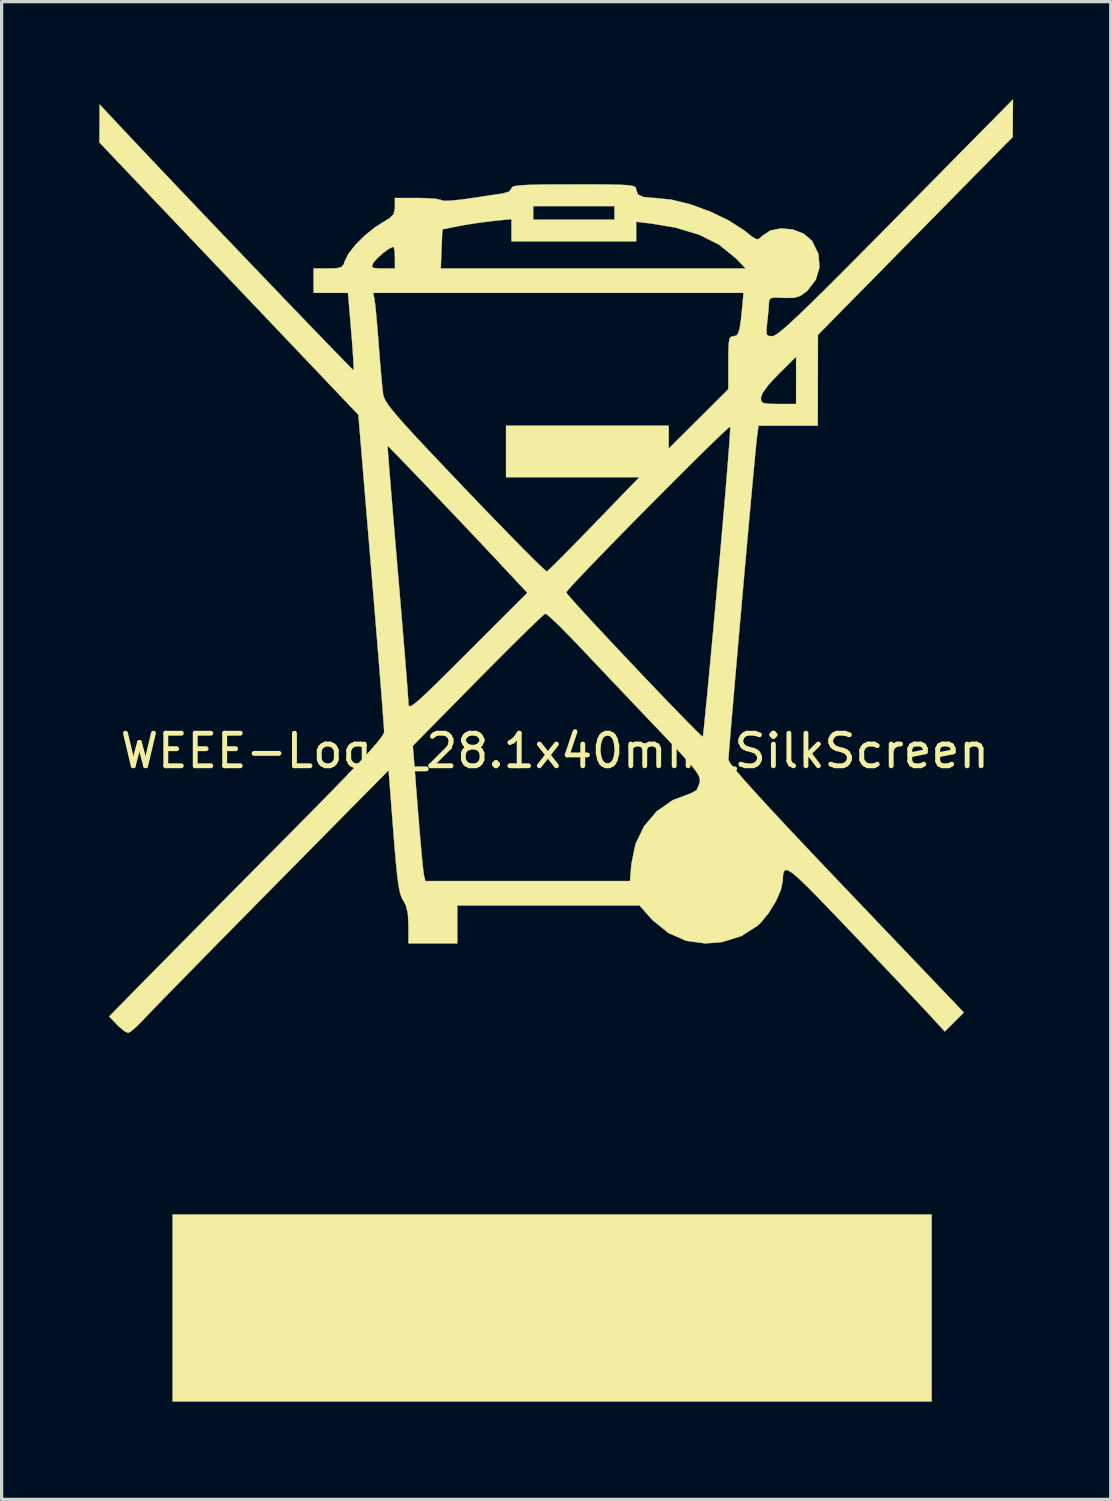
<source format=kicad_pcb>
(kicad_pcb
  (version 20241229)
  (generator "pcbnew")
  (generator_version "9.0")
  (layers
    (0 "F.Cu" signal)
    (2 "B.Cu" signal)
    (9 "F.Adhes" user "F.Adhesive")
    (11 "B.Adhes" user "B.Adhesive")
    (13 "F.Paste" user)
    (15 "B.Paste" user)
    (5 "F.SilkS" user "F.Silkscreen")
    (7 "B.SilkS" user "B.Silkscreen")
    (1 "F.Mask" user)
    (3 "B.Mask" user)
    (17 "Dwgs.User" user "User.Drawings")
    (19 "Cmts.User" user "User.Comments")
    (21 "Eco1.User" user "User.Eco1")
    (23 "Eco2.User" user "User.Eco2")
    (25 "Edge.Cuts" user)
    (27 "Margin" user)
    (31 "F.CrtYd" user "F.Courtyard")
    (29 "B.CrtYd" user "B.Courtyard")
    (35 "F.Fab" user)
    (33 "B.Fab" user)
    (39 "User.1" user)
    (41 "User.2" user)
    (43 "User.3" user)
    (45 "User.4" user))
  (footprint "WEEE-Logo_28.1x40mm_SilkScreen"
    (layer "F.Cu")
    (at 13.996 20.021)
    (property "Reference" "WEEE-Logo_28.1x40mm_SilkScreen" (at 0 0 0) (layer "F.SilkS") (effects (font (size 1 1) (thickness 0.15))))
    (attr exclude_from_pos_files exclude_from_bom)
    (fp_poly (pts (xy 11.576 19.987) (xy -11.742 19.987) (xy -11.742 14.241) (xy 11.576 14.241) (xy 11.576 19.987)) (stroke (width 0.01) (type solid)) (fill yes) (layer "F.SilkS"))
    (fp_poly (pts (xy 14.07 -19.439) (xy 14.066 -18.863) (xy 11.074 -15.823) (xy 8.082 -12.783) (xy 8.078 -9.993) (xy 6.256 -9.993) (xy 6.209 -9.64) (xy 6.191 -9.478) (xy 6.161 -9.174) (xy 6.121 -8.746) (xy 6.071 -8.212) (xy 6.014 -7.589) (xy 5.952 -6.897) (xy 5.885 -6.153) (xy 5.815 -5.374) (xy 5.745 -4.581) (xy 5.675 -3.79) (xy 5.608 -3.019) (xy 5.544 -2.287) (xy 5.486 -1.612) (xy 5.435 -1.012) (xy 5.392 -0.505) (xy 5.36 -0.11) (xy 5.339 0.156) (xy 5.332 0.275) (xy 5.332 0.276) (xy 5.383 0.371) (xy 5.537 0.568) (xy 5.794 0.868) (xy 6.159 1.275) (xy 6.631 1.79) (xy 7.215 2.416) (xy 7.911 3.154) (xy 8.722 4.008) (xy 8.95 4.247) (xy 12.565 8.036) (xy 12.272 8.328) (xy 11.98 8.619) (xy 11.507 8.105) (xy 11.334 7.919) (xy 11.064 7.631) (xy 10.714 7.261) (xy 10.303 6.827) (xy 9.848 6.348) (xy 9.367 5.842) (xy 9.08 5.54) (xy 8.54 4.975) (xy 8.103 4.522) (xy 7.759 4.173) (xy 7.496 3.92) (xy 7.304 3.755) (xy 7.17 3.67) (xy 7.084 3.656) (xy 7.035 3.706) (xy 7.011 3.81) (xy 7.002 3.961) (xy 7.001 4.002) (xy 6.939 4.285) (xy 6.785 4.628) (xy 6.571 4.976) (xy 6.327 5.275) (xy 6.229 5.367) (xy 5.727 5.689) (xy 5.141 5.87) (xy 4.623 5.913) (xy 4.036 5.832) (xy 3.494 5.595) (xy 3.015 5.21) (xy 2.926 5.115) (xy 2.602 4.747) (xy -2.998 4.747) (xy -2.998 5.913) (xy -4.497 5.913) (xy -4.497 5.368) (xy -4.516 4.996) (xy -4.579 4.738) (xy -4.656 4.598) (xy -4.711 4.497) (xy -4.758 4.352) (xy -4.8 4.139) (xy -4.841 3.838) (xy -4.883 3.428) (xy -4.929 2.885) (xy -4.961 2.482) (xy -5.107 0.592) (xy -8.7 4.231) (xy -9.349 4.889) (xy -9.973 5.522) (xy -10.559 6.118) (xy -11.096 6.666) (xy -11.573 7.153) (xy -11.979 7.568) (xy -12.302 7.9) (xy -12.53 8.136) (xy -12.652 8.265) (xy -12.853 8.47) (xy -13.021 8.613) (xy -13.111 8.661) (xy -13.227 8.605) (xy -13.395 8.466) (xy -13.452 8.409) (xy -13.693 8.157) (xy -12.364 6.806) (xy -12.025 6.462) (xy -11.587 6.019) (xy -11.071 5.497) (xy -10.495 4.914) (xy -9.878 4.291) (xy -9.24 3.647) (xy -8.6 3.001) (xy -8.14 2.538) (xy -7.442 1.832) (xy -6.856 1.234) (xy -6.373 0.736) (xy -5.987 0.331) (xy -5.691 0.01) (xy -5.544 -0.158) (xy -4.363 -0.158) (xy -4.215 1.732) (xy -4.17 2.286) (xy -4.127 2.793) (xy -4.088 3.226) (xy -4.055 3.558) (xy -4.031 3.764) (xy -4.023 3.81) (xy -3.979 3.997) (xy 2.309 3.997) (xy 2.351 3.474) (xy 2.478 2.857) (xy 2.743 2.31) (xy 3.13 1.855) (xy 3.622 1.51) (xy 4.174 1.304) (xy 4.353 1.207) (xy 4.443 0.999) (xy 4.445 0.99) (xy 4.456 0.902) (xy 4.442 0.812) (xy 4.392 0.703) (xy 4.292 0.559) (xy 4.128 0.363) (xy 3.889 0.098) (xy 3.56 -0.253) (xy 3.13 -0.706) (xy 3.102 -0.735) (xy 2.639 -1.221) (xy 2.147 -1.739) (xy 1.66 -2.253) (xy 1.21 -2.727) (xy 0.834 -3.126) (xy 0.75 -3.215) (xy 0.427 -3.551) (xy 0.141 -3.839) (xy -0.089 -4.058) (xy -0.241 -4.19) (xy -0.293 -4.219) (xy -0.369 -4.158) (xy -0.548 -3.992) (xy -0.815 -3.735) (xy -1.156 -3.4) (xy -1.557 -3.001) (xy -2.004 -2.552) (xy -2.37 -2.182) (xy -4.363 -0.158) (xy -5.544 -0.158) (xy -5.476 -0.236) (xy -5.335 -0.413) (xy -5.26 -0.531) (xy -5.244 -0.586) (xy -5.25 -0.705) (xy -5.269 -0.974) (xy -5.3 -1.379) (xy -5.34 -1.903) (xy -5.39 -2.531) (xy -5.448 -3.247) (xy -5.513 -4.036) (xy -5.582 -4.883) (xy -5.639 -5.559) (xy -5.957 -9.374) (xy -5.138 -9.374) (xy -5.135 -9.291) (xy -5.118 -9.059) (xy -5.09 -8.695) (xy -5.051 -8.213) (xy -5.003 -7.631) (xy -4.948 -6.965) (xy -4.886 -6.232) (xy -4.827 -5.535) (xy -4.759 -4.745) (xy -4.697 -4) (xy -4.64 -3.316) (xy -4.591 -2.712) (xy -4.551 -2.206) (xy -4.521 -1.815) (xy -4.503 -1.558) (xy -4.498 -1.458) (xy -4.49 -1.396) (xy -4.459 -1.371) (xy -4.393 -1.394) (xy -4.28 -1.476) (xy -4.108 -1.625) (xy -3.864 -1.854) (xy -3.538 -2.171) (xy -3.118 -2.588) (xy -2.671 -3.034) (xy -0.845 -4.858) (xy -0.858 -4.872) (xy 0.349 -4.872) (xy 0.404 -4.796) (xy 0.558 -4.619) (xy 0.796 -4.356) (xy 1.101 -4.023) (xy 1.46 -3.638) (xy 1.855 -3.215) (xy 2.273 -2.772) (xy 2.696 -2.325) (xy 3.111 -1.889) (xy 3.501 -1.483) (xy 3.852 -1.12) (xy 4.147 -0.819) (xy 4.371 -0.595) (xy 4.509 -0.465) (xy 4.547 -0.438) (xy 4.559 -0.524) (xy 4.585 -0.761) (xy 4.622 -1.134) (xy 4.671 -1.628) (xy 4.728 -2.229) (xy 4.793 -2.922) (xy 4.864 -3.692) (xy 4.94 -4.524) (xy 5.001 -5.195) (xy 5.079 -6.065) (xy 5.15 -6.884) (xy 5.215 -7.638) (xy 5.271 -8.312) (xy 5.318 -8.891) (xy 5.354 -9.361) (xy 5.378 -9.705) (xy 5.389 -9.91) (xy 5.388 -9.963) (xy 5.323 -9.916) (xy 5.156 -9.763) (xy 4.902 -9.521) (xy 4.577 -9.203) (xy 4.193 -8.825) (xy 3.767 -8.4) (xy 3.312 -7.945) (xy 2.844 -7.473) (xy 2.376 -6.999) (xy 1.924 -6.538) (xy 1.501 -6.105) (xy 1.124 -5.714) (xy 0.805 -5.381) (xy 0.56 -5.12) (xy 0.403 -4.945) (xy 0.349 -4.872) (xy -0.858 -4.872) (xy -1.526 -5.588) (xy -1.873 -5.958) (xy -2.262 -6.372) (xy -2.678 -6.812) (xy -3.106 -7.263) (xy -3.53 -7.709) (xy -3.935 -8.134) (xy -4.306 -8.521) (xy -4.627 -8.855) (xy -4.882 -9.118) (xy -5.057 -9.296) (xy -5.135 -9.372) (xy -5.138 -9.374) (xy -5.957 -9.374) (xy -6.036 -10.327) (xy -10.013 -14.51) (xy -13.991 -18.693) (xy -13.985 -19.862) (xy -13.342 -19.176) (xy -12.983 -18.793) (xy -12.558 -18.343) (xy -12.08 -17.838) (xy -11.56 -17.291) (xy -11.01 -16.712) (xy -10.44 -16.114) (xy -9.862 -15.509) (xy -9.289 -14.909) (xy -8.73 -14.326) (xy -8.199 -13.772) (xy -7.705 -13.258) (xy -7.261 -12.797) (xy -6.878 -12.401) (xy -6.568 -12.081) (xy -6.341 -11.851) (xy -6.21 -11.72) (xy -6.182 -11.695) (xy -6.18 -11.782) (xy -6.191 -12.005) (xy -6.212 -12.333) (xy -6.243 -12.736) (xy -6.257 -12.897) (xy -6.355 -14.074) (xy -5.583 -14.074) (xy -5.543 -13.887) (xy -5.523 -13.739) (xy -5.494 -13.46) (xy -5.461 -13.086) (xy -5.425 -12.652) (xy -5.413 -12.492) (xy -5.377 -12.031) (xy -5.341 -11.603) (xy -5.308 -11.249) (xy -5.282 -11.008) (xy -5.276 -10.964) (xy -5.254 -10.875) (xy -5.206 -10.769) (xy -5.122 -10.637) (xy -4.992 -10.466) (xy -4.806 -10.245) (xy -4.553 -9.961) (xy -4.224 -9.603) (xy -3.807 -9.159) (xy -3.294 -8.617) (xy -2.77 -8.067) (xy -2.249 -7.523) (xy -1.762 -7.019) (xy -1.323 -6.568) (xy -0.942 -6.181) (xy -0.632 -5.871) (xy -0.405 -5.651) (xy -0.274 -5.532) (xy -0.246 -5.514) (xy -0.172 -5.578) (xy 0.000194 -5.746) (xy 0.255 -6) (xy 0.574 -6.324) (xy 0.942 -6.7) (xy 1.208 -6.975) (xy 2.597 -8.411) (xy -1.499 -8.411) (xy -1.499 -9.993) (xy 3.498 -9.993) (xy 3.498 -9.288) (xy 4.414 -10.202) (xy 5.064 -10.849) (xy 6.329 -10.849) (xy 6.341 -10.747) (xy 6.403 -10.69) (xy 6.55 -10.666) (xy 6.822 -10.66) (xy 6.87 -10.66) (xy 7.412 -10.66) (xy 7.412 -12.112) (xy 6.87 -11.576) (xy 6.565 -11.25) (xy 6.383 -11) (xy 6.329 -10.849) (xy 5.064 -10.849) (xy 5.33 -11.115) (xy 5.33 -11.928) (xy 5.332 -12.302) (xy 5.344 -12.541) (xy 5.371 -12.673) (xy 5.419 -12.73) (xy 5.491 -12.742) (xy 5.572 -12.759) (xy 5.631 -12.829) (xy 5.677 -12.978) (xy 5.716 -13.233) (xy 5.756 -13.62) (xy 5.769 -13.762) (xy 5.796 -14.074) (xy -5.583 -14.074) (xy -6.355 -14.074) (xy -7.412 -14.074) (xy -7.412 -14.824) (xy -6.963 -14.824) (xy -6.7 -14.831) (xy -6.557 -14.866) (xy -6.54 -14.886) (xy -5.62 -14.886) (xy -5.572 -14.839) (xy -5.404 -14.824) (xy -5.291 -14.824) (xy -4.913 -14.824) (xy -3.505 -14.824) (xy 5.863 -14.824) (xy 5.546 -15.148) (xy 5.054 -15.549) (xy 4.445 -15.857) (xy 3.709 -16.079) (xy 2.977 -16.201) (xy 2.498 -16.259) (xy 2.498 -15.656) (xy -1.332 -15.656) (xy -1.332 -16.34) (xy -1.895 -16.283) (xy -2.287 -16.234) (xy -2.706 -16.171) (xy -2.956 -16.125) (xy -3.456 -16.025) (xy -3.481 -15.424) (xy -3.505 -14.824) (xy -4.913 -14.824) (xy -4.913 -15.157) (xy -4.924 -15.365) (xy -4.952 -15.481) (xy -4.963 -15.49) (xy -5.086 -15.436) (xy -5.266 -15.307) (xy -5.447 -15.147) (xy -5.572 -15.003) (xy -5.583 -14.984) (xy -5.62 -14.886) (xy -6.54 -14.886) (xy -6.488 -14.947) (xy -6.46 -15.037) (xy -6.346 -15.268) (xy -6.127 -15.547) (xy -5.841 -15.833) (xy -5.525 -16.088) (xy -5.317 -16.221) (xy -5.081 -16.366) (xy -4.959 -16.488) (xy -4.917 -16.632) (xy -4.914 -16.718) (xy -4.914 -16.739) (xy -0.666 -16.739) (xy -0.666 -16.323) (xy 1.832 -16.323) (xy 1.832 -16.739) (xy -0.666 -16.739) (xy -4.914 -16.739) (xy -4.913 -16.989) (xy -4.213 -16.989) (xy -3.89 -16.981) (xy -3.639 -16.96) (xy -3.499 -16.93) (xy -3.484 -16.918) (xy -3.395 -16.9) (xy -3.18 -16.907) (xy -2.874 -16.939) (xy -2.665 -16.968) (xy -2.286 -17.025) (xy -1.94 -17.077) (xy -1.679 -17.115) (xy -1.603 -17.126) (xy -1.404 -17.187) (xy -1.332 -17.284) (xy -1.311 -17.324) (xy -1.233 -17.354) (xy -1.081 -17.376) (xy -0.836 -17.39) (xy -0.479 -17.4) (xy 0.009 -17.404) (xy 0.583 -17.405) (xy 1.196 -17.405) (xy 1.662 -17.402) (xy 2.001 -17.395) (xy 2.234 -17.382) (xy 2.38 -17.362) (xy 2.46 -17.333) (xy 2.492 -17.294) (xy 2.498 -17.248) (xy 2.549 -17.102) (xy 2.716 -17.019) (xy 3.02 -16.989) (xy 3.075 -16.989) (xy 3.589 -16.936) (xy 4.174 -16.79) (xy 4.776 -16.57) (xy 5.342 -16.297) (xy 5.82 -15.99) (xy 5.882 -15.941) (xy 6.083 -15.783) (xy 6.203 -15.719) (xy 6.286 -15.74) (xy 6.372 -15.824) (xy 6.625 -15.99) (xy 6.954 -16.054) (xy 7.309 -16.02) (xy 7.637 -15.896) (xy 7.89 -15.686) (xy 7.908 -15.661) (xy 8.097 -15.269) (xy 8.132 -14.862) (xy 8.017 -14.475) (xy 7.757 -14.139) (xy 7.725 -14.112) (xy 7.54 -13.98) (xy 7.352 -13.922) (xy 7.088 -13.918) (xy 7.022 -13.921) (xy 6.764 -13.931) (xy 6.631 -13.909) (xy 6.583 -13.844) (xy 6.578 -13.783) (xy 6.568 -13.605) (xy 6.543 -13.338) (xy 6.525 -13.179) (xy 6.499 -12.925) (xy 6.51 -12.796) (xy 6.573 -12.748) (xy 6.685 -12.742) (xy 6.751 -12.763) (xy 6.859 -12.833) (xy 7.015 -12.957) (xy 7.227 -13.146) (xy 7.505 -13.405) (xy 7.855 -13.742) (xy 8.285 -14.165) (xy 8.804 -14.682) (xy 9.419 -15.301) (xy 10.139 -16.028) (xy 10.486 -16.379) (xy 14.074 -20.016) (xy 14.07 -19.439)) (stroke (width 0.01) (type solid)) (fill yes) (layer "F.SilkS")))
  (gr_rect
    (start -3 -3)
    (end 31.075 43.013)
    (stroke (width 0.1) (type default))
    (fill no)
    (layer "Edge.Cuts")))
</source>
